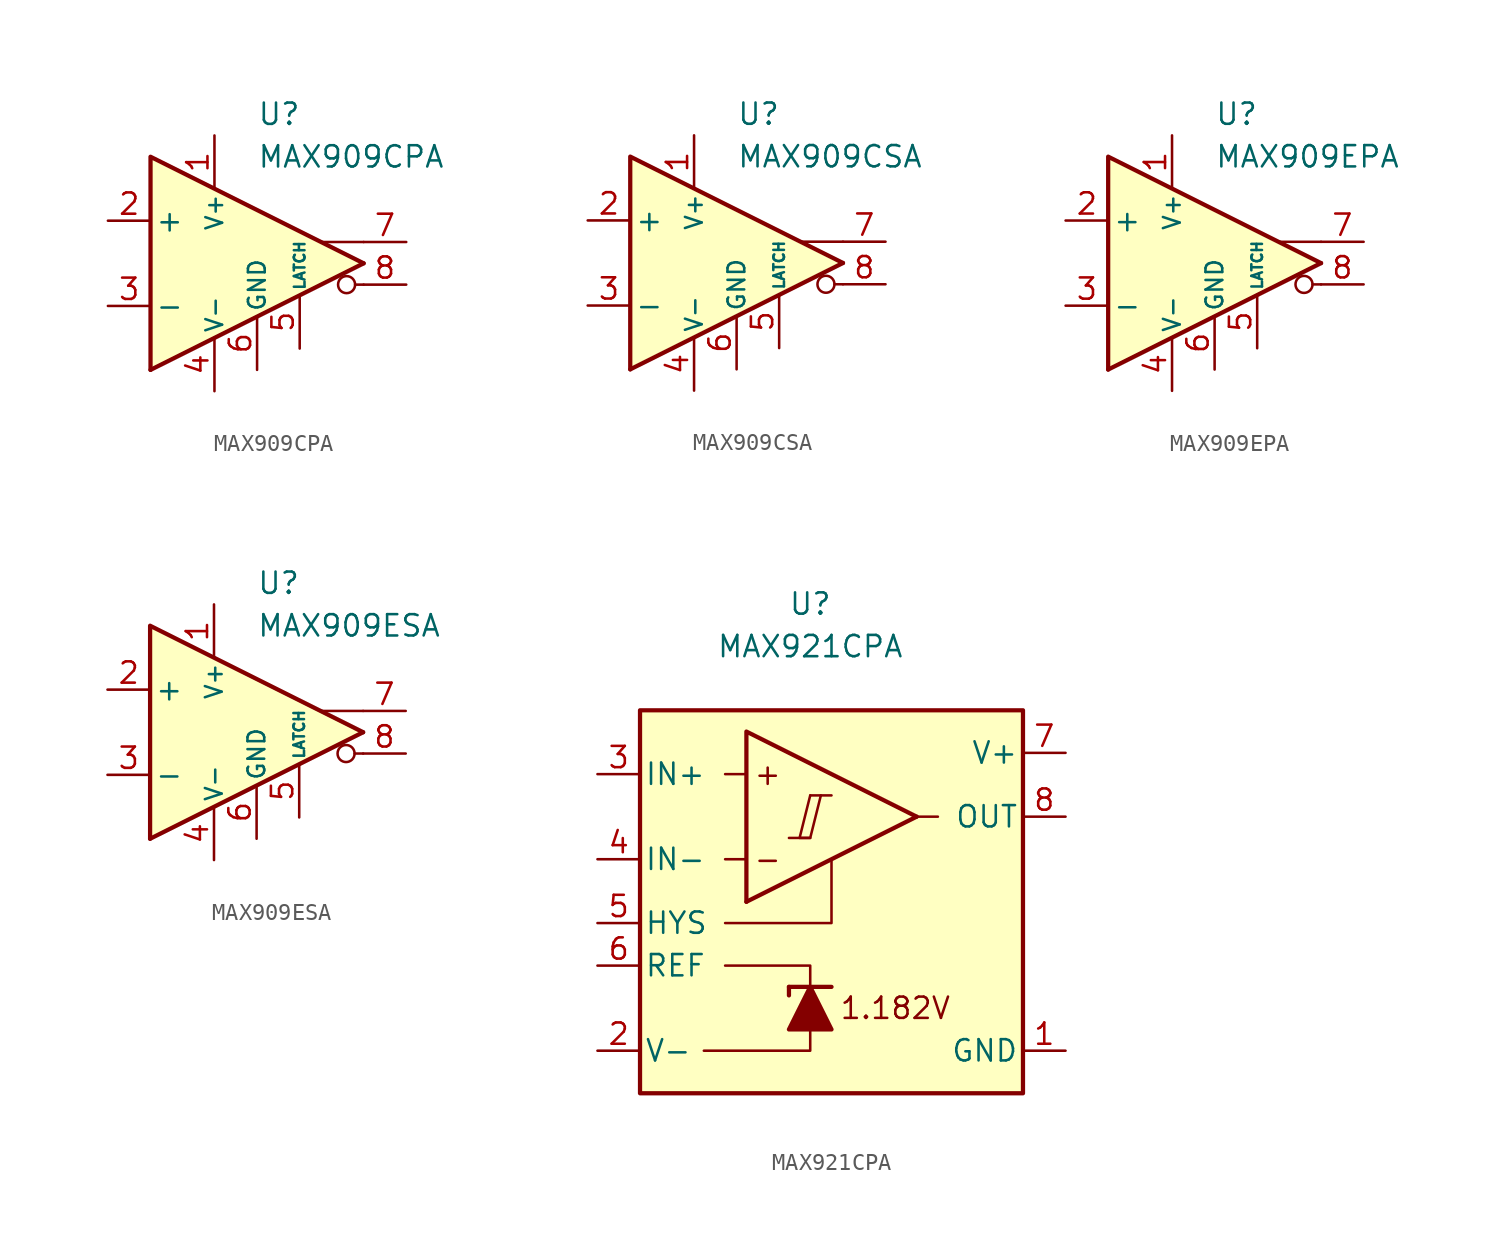
<source format=kicad_sym>
(kicad_symbol_lib
  (version 20231120)
  (generator "kicad_symbol_editor")
  (generator_version "8.0")
  (symbol "MAX909CPA"
    (pin_names
      (offset 0.254))
    (property "Reference" "U"
      (at 0 8.89 0)
      (effects (font (size 1.27 1.27)) (justify left)))
    (property "Value" "MAX909CPA"
      (at 0 6.35 0)
      (effects (font (size 1.27 1.27)) (justify left)))
    (symbol "MAX909CPA_0_0"
      (polyline (pts (xy 6.35 -1.27) (xy 5.842 -1.27)) (stroke (width 0.152) (type default)) (fill (type none)))
      (polyline (pts (xy 6.35 0) (xy -6.35 -6.35)) (stroke (width 0.254) (type default)) (fill (type none)))
      (polyline (pts (xy 6.35 1.27) (xy 3.81 1.27)) (stroke (width 0.152) (type default)) (fill (type none)))
      (polyline (pts (xy 6.35 0) (xy -6.35 6.35) (xy -6.35 -6.35)) (stroke (width 0.254) (type default)) (fill (type background)))
      (circle (center 5.334 -1.27) (radius 0.508) (stroke (width 0.152) (type default)) (fill (type none))))
    (symbol "MAX909CPA_1_1"
      (pin power_in line (at -2.54 7.62 270) (length 3.18) (name "V+" (effects (font (size 1 1)))) (number "1" (effects (font (size 1.27 1.27)))))
      (pin input line (at -8.89 2.54 0) (length 2.54) (name "+" (effects (font (size 1.27 1.27)))) (number "2" (effects (font (size 1.27 1.27)))))
      (pin input line (at -8.89 -2.54 0) (length 2.54) (name "-" (effects (font (size 1.27 1.27)))) (number "3" (effects (font (size 1.27 1.27)))))
      (pin power_in line (at -2.54 -7.62 90) (length 3.18) (name "V-" (effects (font (size 1 1)))) (number "4" (effects (font (size 1.27 1.27)))))
      (pin input line (at 2.54 -5.08 90) (length 3.18) (name "LATCH" (effects (font (size 0.635 0.635)))) (number "5" (effects (font (size 1.27 1.27)))))
      (pin power_in line (at 0 -6.35 90) (length 3.18) (name "GND" (effects (font (size 1 1)))) (number "6" (effects (font (size 1.27 1.27)))))
      (pin output line (at 8.89 1.27 180) (length 2.54) (name "~" (effects (font (size 1.27 1.27)))) (number "7" (effects (font (size 1.27 1.27)))))
      (pin output line (at 8.89 -1.27 180) (length 2.54) (name "~" (effects (font (size 1.27 1.27)))) (number "8" (effects (font (size 1.27 1.27)))))))
  (symbol "MAX909CSA"
    (pin_names
      (offset 0.254))
    (property "Reference" "U"
      (at 0 8.89 0)
      (effects (font (size 1.27 1.27)) (justify left)))
    (property "Value" "MAX909CSA"
      (at 0 6.35 0)
      (effects (font (size 1.27 1.27)) (justify left)))
    (symbol "MAX909CSA_0_0"
      (polyline (pts (xy 6.35 -1.27) (xy 5.842 -1.27)) (stroke (width 0.152) (type default)) (fill (type none)))
      (polyline (pts (xy 6.35 0) (xy -6.35 -6.35)) (stroke (width 0.254) (type default)) (fill (type none)))
      (polyline (pts (xy 6.35 1.27) (xy 3.81 1.27)) (stroke (width 0.152) (type default)) (fill (type none)))
      (polyline (pts (xy 6.35 0) (xy -6.35 6.35) (xy -6.35 -6.35)) (stroke (width 0.254) (type default)) (fill (type background)))
      (circle (center 5.334 -1.27) (radius 0.508) (stroke (width 0.152) (type default)) (fill (type none))))
    (symbol "MAX909CSA_1_1"
      (pin power_in line (at -2.54 7.62 270) (length 3.18) (name "V+" (effects (font (size 1 1)))) (number "1" (effects (font (size 1.27 1.27)))))
      (pin input line (at -8.89 2.54 0) (length 2.54) (name "+" (effects (font (size 1.27 1.27)))) (number "2" (effects (font (size 1.27 1.27)))))
      (pin input line (at -8.89 -2.54 0) (length 2.54) (name "-" (effects (font (size 1.27 1.27)))) (number "3" (effects (font (size 1.27 1.27)))))
      (pin power_in line (at -2.54 -7.62 90) (length 3.18) (name "V-" (effects (font (size 1 1)))) (number "4" (effects (font (size 1.27 1.27)))))
      (pin input line (at 2.54 -5.08 90) (length 3.18) (name "LATCH" (effects (font (size 0.635 0.635)))) (number "5" (effects (font (size 1.27 1.27)))))
      (pin power_in line (at 0 -6.35 90) (length 3.18) (name "GND" (effects (font (size 1 1)))) (number "6" (effects (font (size 1.27 1.27)))))
      (pin output line (at 8.89 1.27 180) (length 2.54) (name "~" (effects (font (size 1.27 1.27)))) (number "7" (effects (font (size 1.27 1.27)))))
      (pin output line (at 8.89 -1.27 180) (length 2.54) (name "~" (effects (font (size 1.27 1.27)))) (number "8" (effects (font (size 1.27 1.27)))))))
  (symbol "MAX909EPA"
    (pin_names
      (offset 0.254))
    (property "Reference" "U"
      (at 0 8.89 0)
      (effects (font (size 1.27 1.27)) (justify left)))
    (property "Value" "MAX909EPA"
      (at 0 6.35 0)
      (effects (font (size 1.27 1.27)) (justify left)))
    (symbol "MAX909EPA_0_0"
      (polyline (pts (xy 6.35 -1.27) (xy 5.842 -1.27)) (stroke (width 0.152) (type default)) (fill (type none)))
      (polyline (pts (xy 6.35 0) (xy -6.35 -6.35)) (stroke (width 0.254) (type default)) (fill (type none)))
      (polyline (pts (xy 6.35 1.27) (xy 3.81 1.27)) (stroke (width 0.152) (type default)) (fill (type none)))
      (polyline (pts (xy 6.35 0) (xy -6.35 6.35) (xy -6.35 -6.35)) (stroke (width 0.254) (type default)) (fill (type background)))
      (circle (center 5.334 -1.27) (radius 0.508) (stroke (width 0.152) (type default)) (fill (type none))))
    (symbol "MAX909EPA_1_1"
      (pin power_in line (at -2.54 7.62 270) (length 3.18) (name "V+" (effects (font (size 1 1)))) (number "1" (effects (font (size 1.27 1.27)))))
      (pin input line (at -8.89 2.54 0) (length 2.54) (name "+" (effects (font (size 1.27 1.27)))) (number "2" (effects (font (size 1.27 1.27)))))
      (pin input line (at -8.89 -2.54 0) (length 2.54) (name "-" (effects (font (size 1.27 1.27)))) (number "3" (effects (font (size 1.27 1.27)))))
      (pin power_in line (at -2.54 -7.62 90) (length 3.18) (name "V-" (effects (font (size 1 1)))) (number "4" (effects (font (size 1.27 1.27)))))
      (pin input line (at 2.54 -5.08 90) (length 3.18) (name "LATCH" (effects (font (size 0.635 0.635)))) (number "5" (effects (font (size 1.27 1.27)))))
      (pin power_in line (at 0 -6.35 90) (length 3.18) (name "GND" (effects (font (size 1 1)))) (number "6" (effects (font (size 1.27 1.27)))))
      (pin output line (at 8.89 1.27 180) (length 2.54) (name "~" (effects (font (size 1.27 1.27)))) (number "7" (effects (font (size 1.27 1.27)))))
      (pin output line (at 8.89 -1.27 180) (length 2.54) (name "~" (effects (font (size 1.27 1.27)))) (number "8" (effects (font (size 1.27 1.27)))))))
  (symbol "MAX909ESA"
    (pin_names
      (offset 0.254))
    (property "Reference" "U"
      (at 0 8.89 0)
      (effects (font (size 1.27 1.27)) (justify left)))
    (property "Value" "MAX909ESA"
      (at 0 6.35 0)
      (effects (font (size 1.27 1.27)) (justify left)))
    (symbol "MAX909ESA_0_0"
      (polyline (pts (xy 6.35 -1.27) (xy 5.842 -1.27)) (stroke (width 0.152) (type default)) (fill (type none)))
      (polyline (pts (xy 6.35 0) (xy -6.35 -6.35)) (stroke (width 0.254) (type default)) (fill (type none)))
      (polyline (pts (xy 6.35 1.27) (xy 3.81 1.27)) (stroke (width 0.152) (type default)) (fill (type none)))
      (polyline (pts (xy 6.35 0) (xy -6.35 6.35) (xy -6.35 -6.35)) (stroke (width 0.254) (type default)) (fill (type background)))
      (circle (center 5.334 -1.27) (radius 0.508) (stroke (width 0.152) (type default)) (fill (type none))))
    (symbol "MAX909ESA_1_1"
      (pin power_in line (at -2.54 7.62 270) (length 3.18) (name "V+" (effects (font (size 1 1)))) (number "1" (effects (font (size 1.27 1.27)))))
      (pin input line (at -8.89 2.54 0) (length 2.54) (name "+" (effects (font (size 1.27 1.27)))) (number "2" (effects (font (size 1.27 1.27)))))
      (pin input line (at -8.89 -2.54 0) (length 2.54) (name "-" (effects (font (size 1.27 1.27)))) (number "3" (effects (font (size 1.27 1.27)))))
      (pin power_in line (at -2.54 -7.62 90) (length 3.18) (name "V-" (effects (font (size 1 1)))) (number "4" (effects (font (size 1.27 1.27)))))
      (pin input line (at 2.54 -5.08 90) (length 3.18) (name "LATCH" (effects (font (size 0.635 0.635)))) (number "5" (effects (font (size 1.27 1.27)))))
      (pin power_in line (at 0 -6.35 90) (length 3.18) (name "GND" (effects (font (size 1 1)))) (number "6" (effects (font (size 1.27 1.27)))))
      (pin output line (at 8.89 1.27 180) (length 2.54) (name "~" (effects (font (size 1.27 1.27)))) (number "7" (effects (font (size 1.27 1.27)))))
      (pin output line (at 8.89 -1.27 180) (length 2.54) (name "~" (effects (font (size 1.27 1.27)))) (number "8" (effects (font (size 1.27 1.27)))))))
  (symbol "MAX921CPA"
    (pin_names
      (offset 0.254))
    (property "Reference" "U"
      (at 0 16.51 0)
      (effects (font (size 1.27 1.27))))
    (property "Value" "MAX921CPA"
      (at 0 13.97 0)
      (effects (font (size 1.27 1.27))))
    (symbol "MAX921CPA_0_0"
      (polyline (pts (xy -1.27 2.54) (xy 0 2.54)) (stroke (width 0.152) (type default)) (fill (type none)))
      (polyline (pts (xy 0 5.08) (xy 1.27 5.08)) (stroke (width 0.152) (type default)) (fill (type none)))
      (polyline (pts (xy 6.35 3.81) (xy -3.81 -1.27)) (stroke (width 0.254) (type default)) (fill (type none)))
      (polyline (pts (xy 6.35 3.81) (xy -3.81 8.89) (xy -3.81 -1.27)) (stroke (width 0.254) (type default)) (fill (type background)))
      (polyline (pts (xy 0 5.08) (xy -0.635 2.54) (xy 0 2.54) (xy 0.635 5.08)) (stroke (width 0.152) (type default)) (fill (type none)))
      (text "+" (at -2.54 6.35 0) (effects (font (size 1.27 1.27))))
      (text "-" (at -2.54 1.27 0) (effects (font (size 1.27 1.27))))
      (text "1.182V" (at 5.08 -7.62 0) (effects (font (size 1.27 1.27)))))
    (symbol "MAX921CPA_0_1"
      (polyline (pts (xy -3.81 1.27) (xy -5.08 1.27)) (stroke (width 0) (type default)) (fill (type none)))
      (polyline (pts (xy -3.81 6.35) (xy -5.08 6.35)) (stroke (width 0) (type default)) (fill (type none)))
      (polyline (pts (xy -1.27 -6.35) (xy -1.27 -6.858)) (stroke (width 0.254) (type default)) (fill (type none)))
      (polyline (pts (xy -1.27 -6.35) (xy 1.27 -6.35)) (stroke (width 0.254) (type default)) (fill (type none)))
      (polyline (pts (xy 6.35 3.81) (xy 7.62 3.81)) (stroke (width 0) (type default)) (fill (type none)))
      (polyline (pts (xy 0 -8.89) (xy 0 -10.16) (xy -6.35 -10.16)) (stroke (width 0) (type default)) (fill (type none)))
      (polyline (pts (xy 0 -6.35) (xy 0 -5.08) (xy -5.08 -5.08)) (stroke (width 0) (type default)) (fill (type none)))
      (polyline (pts (xy 1.27 1.27) (xy 1.27 -2.54) (xy -5.08 -2.54)) (stroke (width 0) (type default)) (fill (type none)))
      (polyline (pts (xy 1.27 -8.89) (xy -1.27 -8.89) (xy 0 -6.35) (xy 1.27 -8.89)) (stroke (width 0.254) (type default)) (fill (type outline)))
      (rectangle (start 12.7 10.16) (end -10.16 -12.7) (stroke (width 0.254) (type default)) (fill (type background))))
    (symbol "MAX921CPA_1_1"
      (pin power_in line (at 15.24 -10.16 180) (length 2.54) (name "GND" (effects (font (size 1.27 1.27)))) (number "1" (effects (font (size 1.27 1.27)))))
      (pin power_in line (at -12.7 -10.16 0) (length 2.54) (name "V-" (effects (font (size 1.27 1.27)))) (number "2" (effects (font (size 1.27 1.27)))))
      (pin input line (at -12.7 6.35 0) (length 2.54) (name "IN+" (effects (font (size 1.27 1.27)))) (number "3" (effects (font (size 1.27 1.27)))))
      (pin input line (at -12.7 1.27 0) (length 2.54) (name "IN-" (effects (font (size 1.27 1.27)))) (number "4" (effects (font (size 1.27 1.27)))))
      (pin input line (at -12.7 -2.54 0) (length 2.54) (name "HYS" (effects (font (size 1.27 1.27)))) (number "5" (effects (font (size 1.27 1.27)))))
      (pin output line (at -12.7 -5.08 0) (length 2.54) (name "REF" (effects (font (size 1.27 1.27)))) (number "6" (effects (font (size 1.27 1.27)))))
      (pin power_in line (at 15.24 7.62 180) (length 2.54) (name "V+" (effects (font (size 1.27 1.27)))) (number "7" (effects (font (size 1.27 1.27)))))
      (pin output line (at 15.24 3.81 180) (length 2.54) (name "OUT" (effects (font (size 1.27 1.27)))) (number "8" (effects (font (size 1.27 1.27))))))))
</source>
